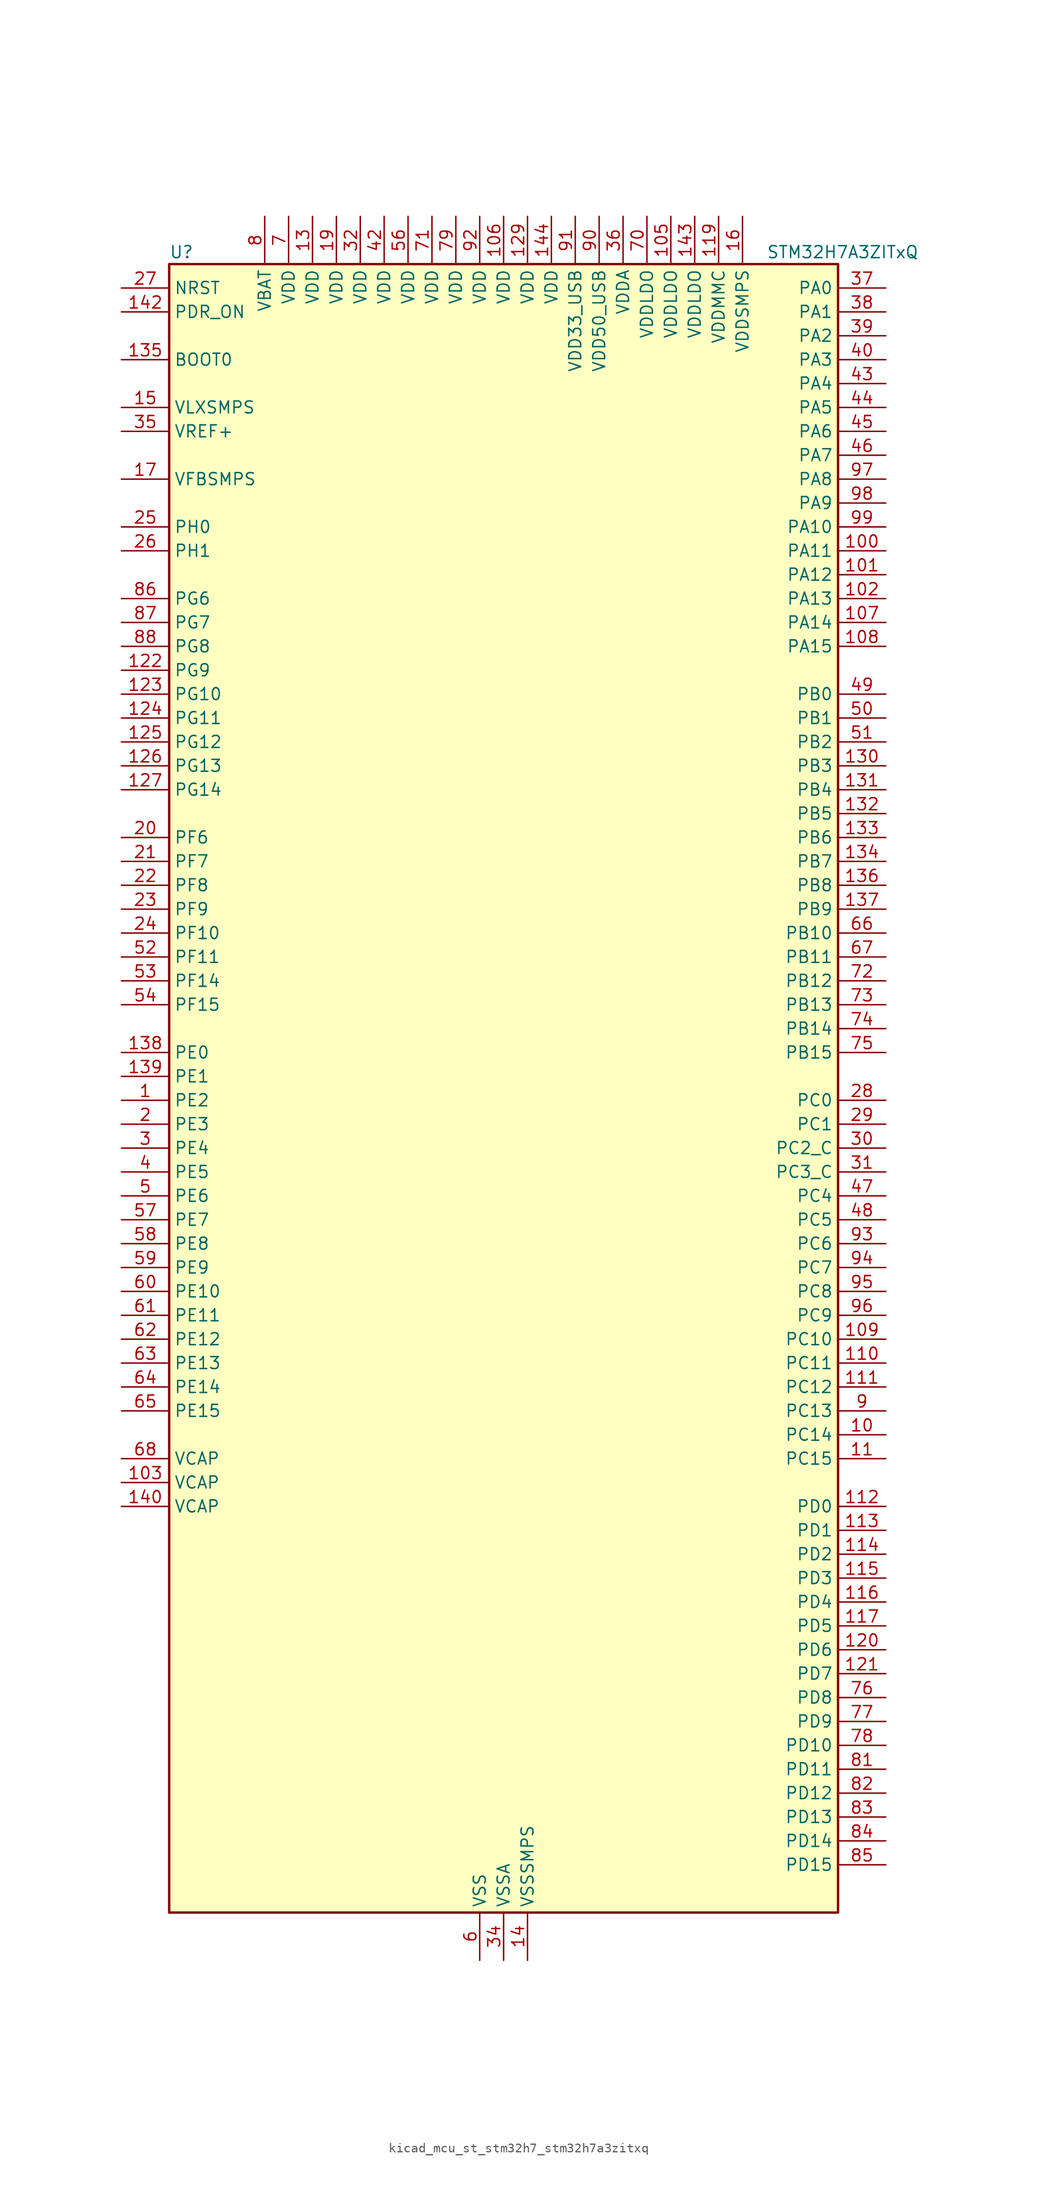
<source format=kicad_sym>
(kicad_symbol_lib
  (version 20220914)
  (generator kicad_symbol_editor)
  (symbol "kicad_mcu_st_stm32h7_stm32h7a3zitxq"
    (property "Reference" "U"
      (at -35.56 90.17 0)
      (effects (font (size 1.27 1.27)) (justify left)))
    (property "Value" "STM32H7A3ZITxQ"
      (at 27.94 90.17 0)
      (effects (font (size 1.27 1.27)) (justify left)))
    (property "ki_locked" ""
      (at 0 0 0)
      (effects (font (size 1.27 1.27))))
    (symbol "kicad_mcu_st_stm32h7_stm32h7a3zitxq_0_1"
      (rectangle (start -35.56 -86.36) (end 35.56 88.9) (stroke (width 0.254) (type default)) (fill (type background))))
    (symbol "kicad_mcu_st_stm32h7_stm32h7a3zitxq_1_1"
      (pin bidirectional line (at -40.64 0 0) (length 5.08) (name "PE2" (effects (font (size 1.27 1.27)))) (number "1" (effects (font (size 1.27 1.27)))) (alternate "DEBUG_TRACECLK" bidirectional line) (alternate "FMC_A23" bidirectional line) (alternate "OCTOSPIM_P1_IO2" bidirectional line) (alternate "SAI1_CK1" bidirectional line) (alternate "SAI1_MCLK_A" bidirectional line) (alternate "SPI4_SCK" bidirectional line) (alternate "USART10_RX" bidirectional line))
      (pin bidirectional line (at 40.64 -35.56 180) (length 5.08) (name "PC14" (effects (font (size 1.27 1.27)))) (number "10" (effects (font (size 1.27 1.27)))) (alternate "RCC_OSC32_IN" bidirectional line))
      (pin bidirectional line (at 40.64 58.42 180) (length 5.08) (name "PA11" (effects (font (size 1.27 1.27)))) (number "100" (effects (font (size 1.27 1.27)))) (alternate "ADC1_EXTI11" bidirectional line) (alternate "ADC2_EXTI11" bidirectional line) (alternate "FDCAN1_RX" bidirectional line) (alternate "I2S2_WS" bidirectional line) (alternate "LPUART1_CTS" bidirectional line) (alternate "LTDC_R4" bidirectional line) (alternate "SPI2_NSS" bidirectional line) (alternate "TIM1_CH4" bidirectional line) (alternate "UART4_RX" bidirectional line) (alternate "USART1_CTS" bidirectional line) (alternate "USART1_NSS" bidirectional line) (alternate "USB_OTG_HS_DM" bidirectional line))
      (pin bidirectional line (at 40.64 55.88 180) (length 5.08) (name "PA12" (effects (font (size 1.27 1.27)))) (number "101" (effects (font (size 1.27 1.27)))) (alternate "FDCAN1_TX" bidirectional line) (alternate "I2S2_CK" bidirectional line) (alternate "LPUART1_DE" bidirectional line) (alternate "LPUART1_RTS" bidirectional line) (alternate "LTDC_R5" bidirectional line) (alternate "SAI2_FS_B" bidirectional line) (alternate "SPI2_SCK" bidirectional line) (alternate "TIM1_ETR" bidirectional line) (alternate "UART4_TX" bidirectional line) (alternate "USART1_DE" bidirectional line) (alternate "USART1_RTS" bidirectional line) (alternate "USB_OTG_HS_DP" bidirectional line))
      (pin bidirectional line (at 40.64 53.34 180) (length 5.08) (name "PA13" (effects (font (size 1.27 1.27)))) (number "102" (effects (font (size 1.27 1.27)))) (alternate "DEBUG_JTMS-SWDIO" bidirectional line))
      (pin power_out line (at -40.64 -40.64 0) (length 5.08) (name "VCAP" (effects (font (size 1.27 1.27)))) (number "103" (effects (font (size 1.27 1.27)))))
      (pin passive line (at -2.54 -91.44 90) (length 5.08) hide (name "VSS" (effects (font (size 1.27 1.27)))) (number "104" (effects (font (size 1.27 1.27)))))
      (pin power_in line (at 17.78 93.98 270) (length 5.08) (name "VDDLDO" (effects (font (size 1.27 1.27)))) (number "105" (effects (font (size 1.27 1.27)))))
      (pin power_in line (at 0 93.98 270) (length 5.08) (name "VDD" (effects (font (size 1.27 1.27)))) (number "106" (effects (font (size 1.27 1.27)))))
      (pin bidirectional line (at 40.64 50.8 180) (length 5.08) (name "PA14" (effects (font (size 1.27 1.27)))) (number "107" (effects (font (size 1.27 1.27)))) (alternate "DEBUG_JTCK-SWCLK" bidirectional line))
      (pin bidirectional line (at 40.64 48.26 180) (length 5.08) (name "PA15" (effects (font (size 1.27 1.27)))) (number "108" (effects (font (size 1.27 1.27)))) (alternate "ADC1_EXTI15" bidirectional line) (alternate "ADC2_EXTI15" bidirectional line) (alternate "CEC" bidirectional line) (alternate "DEBUG_JTDI" bidirectional line) (alternate "I2S1_WS" bidirectional line) (alternate "I2S3_WS" bidirectional line) (alternate "I2S6_WS" bidirectional line) (alternate "LTDC_B6" bidirectional line) (alternate "LTDC_R3" bidirectional line) (alternate "SPI1_NSS" bidirectional line) (alternate "SPI3_NSS" bidirectional line) (alternate "SPI6_NSS" bidirectional line) (alternate "TIM2_CH1" bidirectional line) (alternate "TIM2_ETR" bidirectional line) (alternate "UART4_DE" bidirectional line) (alternate "UART4_RTS" bidirectional line) (alternate "UART7_TX" bidirectional line))
      (pin bidirectional line (at 40.64 -25.4 180) (length 5.08) (name "PC10" (effects (font (size 1.27 1.27)))) (number "109" (effects (font (size 1.27 1.27)))) (alternate "DCMI_D8" bidirectional line) (alternate "DFSDM1_CKIN5" bidirectional line) (alternate "DFSDM2_CKIN0" bidirectional line) (alternate "I2S3_CK" bidirectional line) (alternate "LTDC_B1" bidirectional line) (alternate "LTDC_R2" bidirectional line) (alternate "OCTOSPIM_P1_IO1" bidirectional line) (alternate "PSSI_D8" bidirectional line) (alternate "SDMMC1_D2" bidirectional line) (alternate "SPI3_SCK" bidirectional line) (alternate "SWPMI1_RX" bidirectional line) (alternate "UART4_TX" bidirectional line) (alternate "USART3_TX" bidirectional line))
      (pin bidirectional line (at 40.64 -38.1 180) (length 5.08) (name "PC15" (effects (font (size 1.27 1.27)))) (number "11" (effects (font (size 1.27 1.27)))) (alternate "ADC1_EXTI15" bidirectional line) (alternate "ADC2_EXTI15" bidirectional line) (alternate "RCC_OSC32_OUT" bidirectional line))
      (pin bidirectional line (at 40.64 -27.94 180) (length 5.08) (name "PC11" (effects (font (size 1.27 1.27)))) (number "110" (effects (font (size 1.27 1.27)))) (alternate "ADC1_EXTI11" bidirectional line) (alternate "ADC2_EXTI11" bidirectional line) (alternate "DCMI_D4" bidirectional line) (alternate "DFSDM1_DATIN5" bidirectional line) (alternate "DFSDM2_DATIN0" bidirectional line) (alternate "I2S3_SDI" bidirectional line) (alternate "LTDC_B4" bidirectional line) (alternate "OCTOSPIM_P1_NCS" bidirectional line) (alternate "PSSI_D4" bidirectional line) (alternate "SDMMC1_D3" bidirectional line) (alternate "SPI3_MISO" bidirectional line) (alternate "UART4_RX" bidirectional line) (alternate "USART3_RX" bidirectional line))
      (pin bidirectional line (at 40.64 -30.48 180) (length 5.08) (name "PC12" (effects (font (size 1.27 1.27)))) (number "111" (effects (font (size 1.27 1.27)))) (alternate "DCMI_D9" bidirectional line) (alternate "DEBUG_TRACED3" bidirectional line) (alternate "DFSDM2_CKOUT" bidirectional line) (alternate "I2S3_SDO" bidirectional line) (alternate "I2S6_CK" bidirectional line) (alternate "LTDC_R6" bidirectional line) (alternate "PSSI_D9" bidirectional line) (alternate "SDMMC1_CK" bidirectional line) (alternate "SPI3_MOSI" bidirectional line) (alternate "SPI6_SCK" bidirectional line) (alternate "TIM15_CH1" bidirectional line) (alternate "UART5_TX" bidirectional line) (alternate "USART3_CK" bidirectional line))
      (pin bidirectional line (at 40.64 -43.18 180) (length 5.08) (name "PD0" (effects (font (size 1.27 1.27)))) (number "112" (effects (font (size 1.27 1.27)))) (alternate "DFSDM1_CKIN6" bidirectional line) (alternate "FDCAN1_RX" bidirectional line) (alternate "FMC_D2" bidirectional line) (alternate "FMC_DA2" bidirectional line) (alternate "LTDC_B1" bidirectional line) (alternate "UART4_RX" bidirectional line) (alternate "UART9_CTS" bidirectional line))
      (pin bidirectional line (at 40.64 -45.72 180) (length 5.08) (name "PD1" (effects (font (size 1.27 1.27)))) (number "113" (effects (font (size 1.27 1.27)))) (alternate "DFSDM1_DATIN6" bidirectional line) (alternate "FDCAN1_TX" bidirectional line) (alternate "FMC_D3" bidirectional line) (alternate "FMC_DA3" bidirectional line) (alternate "UART4_TX" bidirectional line))
      (pin bidirectional line (at 40.64 -48.26 180) (length 5.08) (name "PD2" (effects (font (size 1.27 1.27)))) (number "114" (effects (font (size 1.27 1.27)))) (alternate "DCMI_D11" bidirectional line) (alternate "DEBUG_TRACED2" bidirectional line) (alternate "LTDC_B2" bidirectional line) (alternate "LTDC_B7" bidirectional line) (alternate "PSSI_D11" bidirectional line) (alternate "SDMMC1_CMD" bidirectional line) (alternate "TIM15_BKIN" bidirectional line) (alternate "TIM3_ETR" bidirectional line) (alternate "UART5_RX" bidirectional line))
      (pin bidirectional line (at 40.64 -50.8 180) (length 5.08) (name "PD3" (effects (font (size 1.27 1.27)))) (number "115" (effects (font (size 1.27 1.27)))) (alternate "DCMI_D5" bidirectional line) (alternate "DFSDM1_CKOUT" bidirectional line) (alternate "FMC_CLK" bidirectional line) (alternate "I2S2_CK" bidirectional line) (alternate "LTDC_G7" bidirectional line) (alternate "PSSI_D5" bidirectional line) (alternate "SPI2_SCK" bidirectional line) (alternate "USART2_CTS" bidirectional line) (alternate "USART2_NSS" bidirectional line))
      (pin bidirectional line (at 40.64 -53.34 180) (length 5.08) (name "PD4" (effects (font (size 1.27 1.27)))) (number "116" (effects (font (size 1.27 1.27)))) (alternate "FMC_NOE" bidirectional line) (alternate "OCTOSPIM_P1_IO4" bidirectional line) (alternate "USART2_DE" bidirectional line) (alternate "USART2_RTS" bidirectional line))
      (pin bidirectional line (at 40.64 -55.88 180) (length 5.08) (name "PD5" (effects (font (size 1.27 1.27)))) (number "117" (effects (font (size 1.27 1.27)))) (alternate "FMC_NWE" bidirectional line) (alternate "OCTOSPIM_P1_IO5" bidirectional line) (alternate "USART2_TX" bidirectional line))
      (pin passive line (at -2.54 -91.44 90) (length 5.08) hide (name "VSS" (effects (font (size 1.27 1.27)))) (number "118" (effects (font (size 1.27 1.27)))))
      (pin power_in line (at 22.86 93.98 270) (length 5.08) (name "VDDMMC" (effects (font (size 1.27 1.27)))) (number "119" (effects (font (size 1.27 1.27)))))
      (pin passive line (at -2.54 -91.44 90) (length 5.08) hide (name "VSS" (effects (font (size 1.27 1.27)))) (number "12" (effects (font (size 1.27 1.27)))))
      (pin bidirectional line (at 40.64 -58.42 180) (length 5.08) (name "PD6" (effects (font (size 1.27 1.27)))) (number "120" (effects (font (size 1.27 1.27)))) (alternate "DCMI_D10" bidirectional line) (alternate "DFSDM1_CKIN4" bidirectional line) (alternate "DFSDM1_DATIN1" bidirectional line) (alternate "FMC_NWAIT" bidirectional line) (alternate "I2S3_SDO" bidirectional line) (alternate "LTDC_B2" bidirectional line) (alternate "OCTOSPIM_P1_IO6" bidirectional line) (alternate "PSSI_D10" bidirectional line) (alternate "SAI1_D1" bidirectional line) (alternate "SAI1_SD_A" bidirectional line) (alternate "SDMMC2_CK" bidirectional line) (alternate "SPI3_MOSI" bidirectional line) (alternate "USART2_RX" bidirectional line))
      (pin bidirectional line (at 40.64 -60.96 180) (length 5.08) (name "PD7" (effects (font (size 1.27 1.27)))) (number "121" (effects (font (size 1.27 1.27)))) (alternate "DFSDM1_CKIN1" bidirectional line) (alternate "DFSDM1_DATIN4" bidirectional line) (alternate "FMC_NE1" bidirectional line) (alternate "I2S1_SDO" bidirectional line) (alternate "OCTOSPIM_P1_IO7" bidirectional line) (alternate "SDMMC2_CMD" bidirectional line) (alternate "SPDIFRX_IN0" bidirectional line) (alternate "SPI1_MOSI" bidirectional line) (alternate "USART2_CK" bidirectional line))
      (pin bidirectional line (at -40.64 45.72 0) (length 5.08) (name "PG9" (effects (font (size 1.27 1.27)))) (number "122" (effects (font (size 1.27 1.27)))) (alternate "DAC1_EXTI9" bidirectional line) (alternate "DCMI_VSYNC" bidirectional line) (alternate "FMC_NCE" bidirectional line) (alternate "FMC_NE2" bidirectional line) (alternate "I2S1_SDI" bidirectional line) (alternate "OCTOSPIM_P1_IO6" bidirectional line) (alternate "PSSI_RDY" bidirectional line) (alternate "SAI2_FS_B" bidirectional line) (alternate "SDMMC2_D0" bidirectional line) (alternate "SPDIFRX_IN3" bidirectional line) (alternate "SPI1_MISO" bidirectional line) (alternate "USART6_RX" bidirectional line))
      (pin bidirectional line (at -40.64 43.18 0) (length 5.08) (name "PG10" (effects (font (size 1.27 1.27)))) (number "123" (effects (font (size 1.27 1.27)))) (alternate "DCMI_D2" bidirectional line) (alternate "FMC_NE3" bidirectional line) (alternate "I2S1_WS" bidirectional line) (alternate "LTDC_B2" bidirectional line) (alternate "LTDC_G3" bidirectional line) (alternate "OCTOSPIM_P2_IO6" bidirectional line) (alternate "PSSI_D2" bidirectional line) (alternate "SAI2_SD_B" bidirectional line) (alternate "SDMMC2_D1" bidirectional line) (alternate "SPI1_NSS" bidirectional line))
      (pin bidirectional line (at -40.64 40.64 0) (length 5.08) (name "PG11" (effects (font (size 1.27 1.27)))) (number "124" (effects (font (size 1.27 1.27)))) (alternate "ADC1_EXTI11" bidirectional line) (alternate "ADC2_EXTI11" bidirectional line) (alternate "DCMI_D3" bidirectional line) (alternate "I2S1_CK" bidirectional line) (alternate "LPTIM1_IN2" bidirectional line) (alternate "LTDC_B3" bidirectional line) (alternate "OCTOSPIM_P2_IO7" bidirectional line) (alternate "PSSI_D3" bidirectional line) (alternate "SDMMC2_D2" bidirectional line) (alternate "SPDIFRX_IN0" bidirectional line) (alternate "SPI1_SCK" bidirectional line) (alternate "USART10_RX" bidirectional line))
      (pin bidirectional line (at -40.64 38.1 0) (length 5.08) (name "PG12" (effects (font (size 1.27 1.27)))) (number "125" (effects (font (size 1.27 1.27)))) (alternate "FMC_NE4" bidirectional line) (alternate "I2S6_SDI" bidirectional line) (alternate "LPTIM1_IN1" bidirectional line) (alternate "LTDC_B1" bidirectional line) (alternate "LTDC_B4" bidirectional line) (alternate "OCTOSPIM_P2_NCS" bidirectional line) (alternate "SDMMC2_D3" bidirectional line) (alternate "SPDIFRX_IN1" bidirectional line) (alternate "SPI6_MISO" bidirectional line) (alternate "USART10_TX" bidirectional line) (alternate "USART6_DE" bidirectional line) (alternate "USART6_RTS" bidirectional line))
      (pin bidirectional line (at -40.64 35.56 0) (length 5.08) (name "PG13" (effects (font (size 1.27 1.27)))) (number "126" (effects (font (size 1.27 1.27)))) (alternate "DEBUG_TRACED0" bidirectional line) (alternate "FMC_A24" bidirectional line) (alternate "I2S6_CK" bidirectional line) (alternate "LPTIM1_OUT" bidirectional line) (alternate "LTDC_R0" bidirectional line) (alternate "SDMMC2_D6" bidirectional line) (alternate "SPI6_SCK" bidirectional line) (alternate "USART10_CTS" bidirectional line) (alternate "USART10_NSS" bidirectional line) (alternate "USART6_CTS" bidirectional line) (alternate "USART6_NSS" bidirectional line))
      (pin bidirectional line (at -40.64 33.02 0) (length 5.08) (name "PG14" (effects (font (size 1.27 1.27)))) (number "127" (effects (font (size 1.27 1.27)))) (alternate "DEBUG_TRACED1" bidirectional line) (alternate "FMC_A25" bidirectional line) (alternate "I2S6_SDO" bidirectional line) (alternate "LPTIM1_ETR" bidirectional line) (alternate "LTDC_B0" bidirectional line) (alternate "OCTOSPIM_P1_IO7" bidirectional line) (alternate "SDMMC2_D7" bidirectional line) (alternate "SPI6_MOSI" bidirectional line) (alternate "USART10_DE" bidirectional line) (alternate "USART10_RTS" bidirectional line) (alternate "USART6_TX" bidirectional line))
      (pin passive line (at -2.54 -91.44 90) (length 5.08) hide (name "VSS" (effects (font (size 1.27 1.27)))) (number "128" (effects (font (size 1.27 1.27)))))
      (pin power_in line (at 2.54 93.98 270) (length 5.08) (name "VDD" (effects (font (size 1.27 1.27)))) (number "129" (effects (font (size 1.27 1.27)))))
      (pin power_in line (at -20.32 93.98 270) (length 5.08) (name "VDD" (effects (font (size 1.27 1.27)))) (number "13" (effects (font (size 1.27 1.27)))))
      (pin bidirectional line (at 40.64 35.56 180) (length 5.08) (name "PB3" (effects (font (size 1.27 1.27)))) (number "130" (effects (font (size 1.27 1.27)))) (alternate "CRS_SYNC" bidirectional line) (alternate "DEBUG_JTDO-SWO" bidirectional line) (alternate "I2S1_CK" bidirectional line) (alternate "I2S3_CK" bidirectional line) (alternate "I2S6_CK" bidirectional line) (alternate "SDMMC2_D2" bidirectional line) (alternate "SPI1_SCK" bidirectional line) (alternate "SPI3_SCK" bidirectional line) (alternate "SPI6_SCK" bidirectional line) (alternate "TIM2_CH2" bidirectional line) (alternate "UART7_RX" bidirectional line))
      (pin bidirectional line (at 40.64 33.02 180) (length 5.08) (name "PB4" (effects (font (size 1.27 1.27)))) (number "131" (effects (font (size 1.27 1.27)))) (alternate "DEBUG_JTRST" bidirectional line) (alternate "I2S1_SDI" bidirectional line) (alternate "I2S2_WS" bidirectional line) (alternate "I2S3_SDI" bidirectional line) (alternate "I2S6_SDI" bidirectional line) (alternate "SDMMC2_D3" bidirectional line) (alternate "SPI1_MISO" bidirectional line) (alternate "SPI2_NSS" bidirectional line) (alternate "SPI3_MISO" bidirectional line) (alternate "SPI6_MISO" bidirectional line) (alternate "TIM16_BKIN" bidirectional line) (alternate "TIM3_CH1" bidirectional line) (alternate "UART7_TX" bidirectional line))
      (pin bidirectional line (at 40.64 30.48 180) (length 5.08) (name "PB5" (effects (font (size 1.27 1.27)))) (number "132" (effects (font (size 1.27 1.27)))) (alternate "DCMI_D10" bidirectional line) (alternate "FDCAN2_RX" bidirectional line) (alternate "FMC_SDCKE1" bidirectional line) (alternate "I2C1_SMBA" bidirectional line) (alternate "I2C4_SMBA" bidirectional line) (alternate "I2S1_SDO" bidirectional line) (alternate "I2S3_SDO" bidirectional line) (alternate "I2S6_SDO" bidirectional line) (alternate "LTDC_B5" bidirectional line) (alternate "PSSI_D10" bidirectional line) (alternate "SPI1_MOSI" bidirectional line) (alternate "SPI3_MOSI" bidirectional line) (alternate "SPI6_MOSI" bidirectional line) (alternate "TIM17_BKIN" bidirectional line) (alternate "TIM3_CH2" bidirectional line) (alternate "UART5_RX" bidirectional line) (alternate "USB_OTG_HS_ULPI_D7" bidirectional line))
      (pin bidirectional line (at 40.64 27.94 180) (length 5.08) (name "PB6" (effects (font (size 1.27 1.27)))) (number "133" (effects (font (size 1.27 1.27)))) (alternate "CEC" bidirectional line) (alternate "DCMI_D5" bidirectional line) (alternate "DFSDM1_DATIN5" bidirectional line) (alternate "FDCAN2_TX" bidirectional line) (alternate "FMC_SDNE1" bidirectional line) (alternate "I2C1_SCL" bidirectional line) (alternate "I2C4_SCL" bidirectional line) (alternate "LPUART1_TX" bidirectional line) (alternate "OCTOSPIM_P1_NCS" bidirectional line) (alternate "PSSI_D5" bidirectional line) (alternate "TIM16_CH1N" bidirectional line) (alternate "TIM4_CH1" bidirectional line) (alternate "UART5_TX" bidirectional line) (alternate "USART1_TX" bidirectional line))
      (pin bidirectional line (at 40.64 25.4 180) (length 5.08) (name "PB7" (effects (font (size 1.27 1.27)))) (number "134" (effects (font (size 1.27 1.27)))) (alternate "DCMI_VSYNC" bidirectional line) (alternate "DFSDM1_CKIN5" bidirectional line) (alternate "FMC_NL" bidirectional line) (alternate "I2C1_SDA" bidirectional line) (alternate "I2C4_SDA" bidirectional line) (alternate "LPUART1_RX" bidirectional line) (alternate "PSSI_RDY" bidirectional line) (alternate "PWR_PVD_IN" bidirectional line) (alternate "TIM17_CH1N" bidirectional line) (alternate "TIM4_CH2" bidirectional line) (alternate "USART1_RX" bidirectional line))
      (pin input line (at -40.64 78.74 0) (length 5.08) (name "BOOT0" (effects (font (size 1.27 1.27)))) (number "135" (effects (font (size 1.27 1.27)))))
      (pin bidirectional line (at 40.64 22.86 180) (length 5.08) (name "PB8" (effects (font (size 1.27 1.27)))) (number "136" (effects (font (size 1.27 1.27)))) (alternate "DCMI_D6" bidirectional line) (alternate "DFSDM1_CKIN7" bidirectional line) (alternate "FDCAN1_RX" bidirectional line) (alternate "I2C1_SCL" bidirectional line) (alternate "I2C4_SCL" bidirectional line) (alternate "LTDC_B6" bidirectional line) (alternate "PSSI_D6" bidirectional line) (alternate "SDMMC1_CKIN" bidirectional line) (alternate "SDMMC1_D4" bidirectional line) (alternate "SDMMC2_D4" bidirectional line) (alternate "TIM16_CH1" bidirectional line) (alternate "TIM4_CH3" bidirectional line) (alternate "UART4_RX" bidirectional line))
      (pin bidirectional line (at 40.64 20.32 180) (length 5.08) (name "PB9" (effects (font (size 1.27 1.27)))) (number "137" (effects (font (size 1.27 1.27)))) (alternate "DAC1_EXTI9" bidirectional line) (alternate "DCMI_D7" bidirectional line) (alternate "DFSDM1_DATIN7" bidirectional line) (alternate "FDCAN1_TX" bidirectional line) (alternate "I2C1_SDA" bidirectional line) (alternate "I2C4_SDA" bidirectional line) (alternate "I2C4_SMBA" bidirectional line) (alternate "I2S2_WS" bidirectional line) (alternate "LTDC_B7" bidirectional line) (alternate "PSSI_D7" bidirectional line) (alternate "SDMMC1_CDIR" bidirectional line) (alternate "SDMMC1_D5" bidirectional line) (alternate "SDMMC2_D5" bidirectional line) (alternate "SPI2_NSS" bidirectional line) (alternate "TIM17_CH1" bidirectional line) (alternate "TIM4_CH4" bidirectional line) (alternate "UART4_TX" bidirectional line))
      (pin bidirectional line (at -40.64 5.08 0) (length 5.08) (name "PE0" (effects (font (size 1.27 1.27)))) (number "138" (effects (font (size 1.27 1.27)))) (alternate "DCMI_D2" bidirectional line) (alternate "FMC_NBL0" bidirectional line) (alternate "LPTIM1_ETR" bidirectional line) (alternate "LPTIM2_ETR" bidirectional line) (alternate "LTDC_R0" bidirectional line) (alternate "PSSI_D2" bidirectional line) (alternate "SAI2_MCLK_A" bidirectional line) (alternate "TIM4_ETR" bidirectional line) (alternate "UART8_RX" bidirectional line))
      (pin bidirectional line (at -40.64 2.54 0) (length 5.08) (name "PE1" (effects (font (size 1.27 1.27)))) (number "139" (effects (font (size 1.27 1.27)))) (alternate "DCMI_D3" bidirectional line) (alternate "FMC_NBL1" bidirectional line) (alternate "LPTIM1_IN2" bidirectional line) (alternate "LTDC_R6" bidirectional line) (alternate "PSSI_D3" bidirectional line) (alternate "UART8_TX" bidirectional line))
      (pin power_in line (at 2.54 -91.44 90) (length 5.08) (name "VSSSMPS" (effects (font (size 1.27 1.27)))) (number "14" (effects (font (size 1.27 1.27)))))
      (pin power_out line (at -40.64 -43.18 0) (length 5.08) (name "VCAP" (effects (font (size 1.27 1.27)))) (number "140" (effects (font (size 1.27 1.27)))))
      (pin passive line (at -2.54 -91.44 90) (length 5.08) hide (name "VSS" (effects (font (size 1.27 1.27)))) (number "141" (effects (font (size 1.27 1.27)))))
      (pin input line (at -40.64 83.82 0) (length 5.08) (name "PDR_ON" (effects (font (size 1.27 1.27)))) (number "142" (effects (font (size 1.27 1.27)))))
      (pin power_in line (at 20.32 93.98 270) (length 5.08) (name "VDDLDO" (effects (font (size 1.27 1.27)))) (number "143" (effects (font (size 1.27 1.27)))))
      (pin power_in line (at 5.08 93.98 270) (length 5.08) (name "VDD" (effects (font (size 1.27 1.27)))) (number "144" (effects (font (size 1.27 1.27)))))
      (pin power_in line (at -40.64 73.66 0) (length 5.08) (name "VLXSMPS" (effects (font (size 1.27 1.27)))) (number "15" (effects (font (size 1.27 1.27)))))
      (pin power_in line (at 25.4 93.98 270) (length 5.08) (name "VDDSMPS" (effects (font (size 1.27 1.27)))) (number "16" (effects (font (size 1.27 1.27)))))
      (pin input line (at -40.64 66.04 0) (length 5.08) (name "VFBSMPS" (effects (font (size 1.27 1.27)))) (number "17" (effects (font (size 1.27 1.27)))))
      (pin passive line (at -2.54 -91.44 90) (length 5.08) hide (name "VSS" (effects (font (size 1.27 1.27)))) (number "18" (effects (font (size 1.27 1.27)))))
      (pin power_in line (at -17.78 93.98 270) (length 5.08) (name "VDD" (effects (font (size 1.27 1.27)))) (number "19" (effects (font (size 1.27 1.27)))))
      (pin bidirectional line (at -40.64 -2.54 0) (length 5.08) (name "PE3" (effects (font (size 1.27 1.27)))) (number "2" (effects (font (size 1.27 1.27)))) (alternate "DEBUG_TRACED0" bidirectional line) (alternate "FMC_A19" bidirectional line) (alternate "SAI1_SD_B" bidirectional line) (alternate "TIM15_BKIN" bidirectional line) (alternate "USART10_TX" bidirectional line))
      (pin bidirectional line (at -40.64 27.94 0) (length 5.08) (name "PF6" (effects (font (size 1.27 1.27)))) (number "20" (effects (font (size 1.27 1.27)))) (alternate "OCTOSPIM_P1_IO3" bidirectional line) (alternate "SAI1_SD_B" bidirectional line) (alternate "SPI5_NSS" bidirectional line) (alternate "TIM16_CH1" bidirectional line) (alternate "UART7_RX" bidirectional line))
      (pin bidirectional line (at -40.64 25.4 0) (length 5.08) (name "PF7" (effects (font (size 1.27 1.27)))) (number "21" (effects (font (size 1.27 1.27)))) (alternate "OCTOSPIM_P1_IO2" bidirectional line) (alternate "SAI1_MCLK_B" bidirectional line) (alternate "SPI5_SCK" bidirectional line) (alternate "TIM17_CH1" bidirectional line) (alternate "UART7_TX" bidirectional line))
      (pin bidirectional line (at -40.64 22.86 0) (length 5.08) (name "PF8" (effects (font (size 1.27 1.27)))) (number "22" (effects (font (size 1.27 1.27)))) (alternate "OCTOSPIM_P1_IO0" bidirectional line) (alternate "SAI1_SCK_B" bidirectional line) (alternate "SPI5_MISO" bidirectional line) (alternate "TIM13_CH1" bidirectional line) (alternate "TIM16_CH1N" bidirectional line) (alternate "UART7_DE" bidirectional line) (alternate "UART7_RTS" bidirectional line))
      (pin bidirectional line (at -40.64 20.32 0) (length 5.08) (name "PF9" (effects (font (size 1.27 1.27)))) (number "23" (effects (font (size 1.27 1.27)))) (alternate "DAC1_EXTI9" bidirectional line) (alternate "OCTOSPIM_P1_IO1" bidirectional line) (alternate "SAI1_FS_B" bidirectional line) (alternate "SPI5_MOSI" bidirectional line) (alternate "TIM14_CH1" bidirectional line) (alternate "TIM17_CH1N" bidirectional line) (alternate "UART7_CTS" bidirectional line))
      (pin bidirectional line (at -40.64 17.78 0) (length 5.08) (name "PF10" (effects (font (size 1.27 1.27)))) (number "24" (effects (font (size 1.27 1.27)))) (alternate "DCMI_D11" bidirectional line) (alternate "LTDC_DE" bidirectional line) (alternate "OCTOSPIM_P1_CLK" bidirectional line) (alternate "PSSI_D11" bidirectional line) (alternate "PSSI_D15" bidirectional line) (alternate "SAI1_D3" bidirectional line) (alternate "TIM16_BKIN" bidirectional line))
      (pin bidirectional line (at -40.64 60.96 0) (length 5.08) (name "PH0" (effects (font (size 1.27 1.27)))) (number "25" (effects (font (size 1.27 1.27)))) (alternate "RCC_OSC_IN" bidirectional line))
      (pin bidirectional line (at -40.64 58.42 0) (length 5.08) (name "PH1" (effects (font (size 1.27 1.27)))) (number "26" (effects (font (size 1.27 1.27)))) (alternate "RCC_OSC_OUT" bidirectional line))
      (pin input line (at -40.64 86.36 0) (length 5.08) (name "NRST" (effects (font (size 1.27 1.27)))) (number "27" (effects (font (size 1.27 1.27)))))
      (pin bidirectional line (at 40.64 0 180) (length 5.08) (name "PC0" (effects (font (size 1.27 1.27)))) (number "28" (effects (font (size 1.27 1.27)))) (alternate "ADC1_INP10" bidirectional line) (alternate "ADC2_INP10" bidirectional line) (alternate "DFSDM1_CKIN0" bidirectional line) (alternate "DFSDM1_DATIN4" bidirectional line) (alternate "FMC_A25" bidirectional line) (alternate "FMC_SDNWE" bidirectional line) (alternate "LTDC_G2" bidirectional line) (alternate "LTDC_R5" bidirectional line) (alternate "SAI2_FS_B" bidirectional line) (alternate "USB_OTG_HS_ULPI_STP" bidirectional line))
      (pin bidirectional line (at 40.64 -2.54 180) (length 5.08) (name "PC1" (effects (font (size 1.27 1.27)))) (number "29" (effects (font (size 1.27 1.27)))) (alternate "ADC1_INN10" bidirectional line) (alternate "ADC1_INP11" bidirectional line) (alternate "ADC2_INN10" bidirectional line) (alternate "ADC2_INP11" bidirectional line) (alternate "DEBUG_TRACED0" bidirectional line) (alternate "DFSDM1_CKIN4" bidirectional line) (alternate "DFSDM1_DATIN0" bidirectional line) (alternate "I2S2_SDO" bidirectional line) (alternate "LTDC_G5" bidirectional line) (alternate "MDIOS_MDC" bidirectional line) (alternate "OCTOSPIM_P1_IO4" bidirectional line) (alternate "PWR_WKUP6" bidirectional line) (alternate "RTC_TAMP3" bidirectional line) (alternate "SAI1_D1" bidirectional line) (alternate "SAI1_SD_A" bidirectional line) (alternate "SDMMC2_CK" bidirectional line) (alternate "SPI2_MOSI" bidirectional line))
      (pin bidirectional line (at -40.64 -5.08 0) (length 5.08) (name "PE4" (effects (font (size 1.27 1.27)))) (number "3" (effects (font (size 1.27 1.27)))) (alternate "DCMI_D4" bidirectional line) (alternate "DEBUG_TRACED1" bidirectional line) (alternate "DFSDM1_DATIN3" bidirectional line) (alternate "FMC_A20" bidirectional line) (alternate "LTDC_B0" bidirectional line) (alternate "PSSI_D4" bidirectional line) (alternate "SAI1_D2" bidirectional line) (alternate "SAI1_FS_A" bidirectional line) (alternate "SPI4_NSS" bidirectional line) (alternate "TIM15_CH1N" bidirectional line))
      (pin bidirectional line (at 40.64 -5.08 180) (length 5.08) (name "PC2_C" (effects (font (size 1.27 1.27)))) (number "30" (effects (font (size 1.27 1.27)))) (alternate "ADC2_INN1" bidirectional line) (alternate "ADC2_INP0" bidirectional line) (alternate "DFSDM1_CKIN1" bidirectional line) (alternate "DFSDM1_CKOUT" bidirectional line) (alternate "FMC_SDNE0" bidirectional line) (alternate "I2S2_SDI" bidirectional line) (alternate "OCTOSPIM_P1_IO2" bidirectional line) (alternate "OCTOSPIM_P1_IO5" bidirectional line) (alternate "PWR_CSTOP" bidirectional line) (alternate "SPI2_MISO" bidirectional line) (alternate "USB_OTG_HS_ULPI_DIR" bidirectional line))
      (pin bidirectional line (at 40.64 -7.62 180) (length 5.08) (name "PC3_C" (effects (font (size 1.27 1.27)))) (number "31" (effects (font (size 1.27 1.27)))) (alternate "ADC2_INP1" bidirectional line) (alternate "DFSDM1_DATIN1" bidirectional line) (alternate "FMC_SDCKE0" bidirectional line) (alternate "I2S2_SDO" bidirectional line) (alternate "OCTOSPIM_P1_IO0" bidirectional line) (alternate "OCTOSPIM_P1_IO6" bidirectional line) (alternate "PWR_CSLEEP" bidirectional line) (alternate "SPI2_MOSI" bidirectional line) (alternate "USB_OTG_HS_ULPI_NXT" bidirectional line))
      (pin power_in line (at -15.24 93.98 270) (length 5.08) (name "VDD" (effects (font (size 1.27 1.27)))) (number "32" (effects (font (size 1.27 1.27)))))
      (pin passive line (at -2.54 -91.44 90) (length 5.08) hide (name "VSS" (effects (font (size 1.27 1.27)))) (number "33" (effects (font (size 1.27 1.27)))))
      (pin power_in line (at 0 -91.44 90) (length 5.08) (name "VSSA" (effects (font (size 1.27 1.27)))) (number "34" (effects (font (size 1.27 1.27)))))
      (pin input line (at -40.64 71.12 0) (length 5.08) (name "VREF+" (effects (font (size 1.27 1.27)))) (number "35" (effects (font (size 1.27 1.27)))) (alternate "VREFBUF_OUT" bidirectional line))
      (pin power_in line (at 12.7 93.98 270) (length 5.08) (name "VDDA" (effects (font (size 1.27 1.27)))) (number "36" (effects (font (size 1.27 1.27)))))
      (pin bidirectional line (at 40.64 86.36 180) (length 5.08) (name "PA0" (effects (font (size 1.27 1.27)))) (number "37" (effects (font (size 1.27 1.27)))) (alternate "ADC1_INP16" bidirectional line) (alternate "I2S6_WS" bidirectional line) (alternate "PWR_WKUP1" bidirectional line) (alternate "SAI2_SD_B" bidirectional line) (alternate "SDMMC2_CMD" bidirectional line) (alternate "SPI6_NSS" bidirectional line) (alternate "TIM15_BKIN" bidirectional line) (alternate "TIM2_CH1" bidirectional line) (alternate "TIM2_ETR" bidirectional line) (alternate "TIM5_CH1" bidirectional line) (alternate "TIM8_ETR" bidirectional line) (alternate "UART4_TX" bidirectional line) (alternate "USART2_CTS" bidirectional line) (alternate "USART2_NSS" bidirectional line))
      (pin bidirectional line (at 40.64 83.82 180) (length 5.08) (name "PA1" (effects (font (size 1.27 1.27)))) (number "38" (effects (font (size 1.27 1.27)))) (alternate "ADC1_INN16" bidirectional line) (alternate "ADC1_INP17" bidirectional line) (alternate "LPTIM3_OUT" bidirectional line) (alternate "LTDC_R2" bidirectional line) (alternate "OCTOSPIM_P1_DQS" bidirectional line) (alternate "OCTOSPIM_P1_IO3" bidirectional line) (alternate "SAI2_MCLK_B" bidirectional line) (alternate "TIM15_CH1N" bidirectional line) (alternate "TIM2_CH2" bidirectional line) (alternate "TIM5_CH2" bidirectional line) (alternate "UART4_RX" bidirectional line) (alternate "USART2_DE" bidirectional line) (alternate "USART2_RTS" bidirectional line))
      (pin bidirectional line (at 40.64 81.28 180) (length 5.08) (name "PA2" (effects (font (size 1.27 1.27)))) (number "39" (effects (font (size 1.27 1.27)))) (alternate "ADC1_INP14" bidirectional line) (alternate "DFSDM2_CKIN1" bidirectional line) (alternate "LTDC_R1" bidirectional line) (alternate "MDIOS_MDIO" bidirectional line) (alternate "PWR_WKUP2" bidirectional line) (alternate "SAI2_SCK_B" bidirectional line) (alternate "TIM15_CH1" bidirectional line) (alternate "TIM2_CH3" bidirectional line) (alternate "TIM5_CH3" bidirectional line) (alternate "USART2_TX" bidirectional line))
      (pin bidirectional line (at -40.64 -7.62 0) (length 5.08) (name "PE5" (effects (font (size 1.27 1.27)))) (number "4" (effects (font (size 1.27 1.27)))) (alternate "DCMI_D6" bidirectional line) (alternate "DEBUG_TRACED2" bidirectional line) (alternate "DFSDM1_CKIN3" bidirectional line) (alternate "FMC_A21" bidirectional line) (alternate "LTDC_G0" bidirectional line) (alternate "PSSI_D6" bidirectional line) (alternate "SAI1_CK2" bidirectional line) (alternate "SAI1_SCK_A" bidirectional line) (alternate "SPI4_MISO" bidirectional line) (alternate "TIM15_CH1" bidirectional line))
      (pin bidirectional line (at 40.64 78.74 180) (length 5.08) (name "PA3" (effects (font (size 1.27 1.27)))) (number "40" (effects (font (size 1.27 1.27)))) (alternate "ADC1_INP15" bidirectional line) (alternate "I2S6_MCK" bidirectional line) (alternate "LTDC_B2" bidirectional line) (alternate "LTDC_B5" bidirectional line) (alternate "OCTOSPIM_P1_CLK" bidirectional line) (alternate "TIM15_CH2" bidirectional line) (alternate "TIM2_CH4" bidirectional line) (alternate "TIM5_CH4" bidirectional line) (alternate "USART2_RX" bidirectional line) (alternate "USB_OTG_HS_ULPI_D0" bidirectional line))
      (pin passive line (at -2.54 -91.44 90) (length 5.08) hide (name "VSS" (effects (font (size 1.27 1.27)))) (number "41" (effects (font (size 1.27 1.27)))))
      (pin power_in line (at -12.7 93.98 270) (length 5.08) (name "VDD" (effects (font (size 1.27 1.27)))) (number "42" (effects (font (size 1.27 1.27)))))
      (pin bidirectional line (at 40.64 76.2 180) (length 5.08) (name "PA4" (effects (font (size 1.27 1.27)))) (number "43" (effects (font (size 1.27 1.27)))) (alternate "ADC1_INP18" bidirectional line) (alternate "DAC1_OUT1" bidirectional line) (alternate "DCMI_HSYNC" bidirectional line) (alternate "I2S1_WS" bidirectional line) (alternate "I2S3_WS" bidirectional line) (alternate "I2S6_WS" bidirectional line) (alternate "LTDC_VSYNC" bidirectional line) (alternate "PSSI_DE" bidirectional line) (alternate "SPI1_NSS" bidirectional line) (alternate "SPI3_NSS" bidirectional line) (alternate "SPI6_NSS" bidirectional line) (alternate "TIM5_ETR" bidirectional line) (alternate "USART2_CK" bidirectional line))
      (pin bidirectional line (at 40.64 73.66 180) (length 5.08) (name "PA5" (effects (font (size 1.27 1.27)))) (number "44" (effects (font (size 1.27 1.27)))) (alternate "ADC1_INN18" bidirectional line) (alternate "ADC1_INP19" bidirectional line) (alternate "DAC1_OUT2" bidirectional line) (alternate "I2S1_CK" bidirectional line) (alternate "I2S6_CK" bidirectional line) (alternate "LTDC_R4" bidirectional line) (alternate "PSSI_D14" bidirectional line) (alternate "PWR_NDSTOP2" bidirectional line) (alternate "SPI1_SCK" bidirectional line) (alternate "SPI6_SCK" bidirectional line) (alternate "TIM2_CH1" bidirectional line) (alternate "TIM2_ETR" bidirectional line) (alternate "TIM8_CH1N" bidirectional line) (alternate "USB_OTG_HS_ULPI_CK" bidirectional line))
      (pin bidirectional line (at 40.64 71.12 180) (length 5.08) (name "PA6" (effects (font (size 1.27 1.27)))) (number "45" (effects (font (size 1.27 1.27)))) (alternate "ADC1_INP3" bidirectional line) (alternate "ADC2_INP3" bidirectional line) (alternate "DAC2_OUT1" bidirectional line) (alternate "DCMI_PIXCLK" bidirectional line) (alternate "I2S1_SDI" bidirectional line) (alternate "I2S6_SDI" bidirectional line) (alternate "LTDC_G2" bidirectional line) (alternate "MDIOS_MDC" bidirectional line) (alternate "OCTOSPIM_P1_IO3" bidirectional line) (alternate "PSSI_PDCK" bidirectional line) (alternate "SPI1_MISO" bidirectional line) (alternate "SPI6_MISO" bidirectional line) (alternate "TIM13_CH1" bidirectional line) (alternate "TIM1_BKIN" bidirectional line) (alternate "TIM1_BKIN_COMP1" bidirectional line) (alternate "TIM1_BKIN_COMP2" bidirectional line) (alternate "TIM3_CH1" bidirectional line) (alternate "TIM8_BKIN" bidirectional line) (alternate "TIM8_BKIN_COMP1" bidirectional line) (alternate "TIM8_BKIN_COMP2" bidirectional line))
      (pin bidirectional line (at 40.64 68.58 180) (length 5.08) (name "PA7" (effects (font (size 1.27 1.27)))) (number "46" (effects (font (size 1.27 1.27)))) (alternate "ADC1_INN3" bidirectional line) (alternate "ADC1_INP7" bidirectional line) (alternate "ADC2_INN3" bidirectional line) (alternate "ADC2_INP7" bidirectional line) (alternate "DFSDM2_DATIN1" bidirectional line) (alternate "FMC_SDNWE" bidirectional line) (alternate "I2S1_SDO" bidirectional line) (alternate "I2S6_SDO" bidirectional line) (alternate "LTDC_VSYNC" bidirectional line) (alternate "OCTOSPIM_P1_IO2" bidirectional line) (alternate "OPAMP1_VINM" bidirectional line) (alternate "SPI1_MOSI" bidirectional line) (alternate "SPI6_MOSI" bidirectional line) (alternate "TIM14_CH1" bidirectional line) (alternate "TIM1_CH1N" bidirectional line) (alternate "TIM3_CH2" bidirectional line) (alternate "TIM8_CH1N" bidirectional line))
      (pin bidirectional line (at 40.64 -10.16 180) (length 5.08) (name "PC4" (effects (font (size 1.27 1.27)))) (number "47" (effects (font (size 1.27 1.27)))) (alternate "ADC1_INP4" bidirectional line) (alternate "ADC2_INP4" bidirectional line) (alternate "COMP1_INM" bidirectional line) (alternate "DFSDM1_CKIN2" bidirectional line) (alternate "FMC_SDNE0" bidirectional line) (alternate "I2S1_MCK" bidirectional line) (alternate "LTDC_R7" bidirectional line) (alternate "OPAMP1_VOUT" bidirectional line) (alternate "SPDIFRX_IN2" bidirectional line))
      (pin bidirectional line (at 40.64 -12.7 180) (length 5.08) (name "PC5" (effects (font (size 1.27 1.27)))) (number "48" (effects (font (size 1.27 1.27)))) (alternate "ADC1_INN4" bidirectional line) (alternate "ADC1_INP8" bidirectional line) (alternate "ADC2_INN4" bidirectional line) (alternate "ADC2_INP8" bidirectional line) (alternate "COMP1_OUT" bidirectional line) (alternate "DFSDM1_DATIN2" bidirectional line) (alternate "FMC_SDCKE0" bidirectional line) (alternate "LTDC_DE" bidirectional line) (alternate "OCTOSPIM_P1_DQS" bidirectional line) (alternate "OPAMP1_VINM" bidirectional line) (alternate "PSSI_D15" bidirectional line) (alternate "SAI1_D3" bidirectional line) (alternate "SPDIFRX_IN3" bidirectional line))
      (pin bidirectional line (at 40.64 43.18 180) (length 5.08) (name "PB0" (effects (font (size 1.27 1.27)))) (number "49" (effects (font (size 1.27 1.27)))) (alternate "ADC1_INN5" bidirectional line) (alternate "ADC1_INP9" bidirectional line) (alternate "ADC2_INN5" bidirectional line) (alternate "ADC2_INP9" bidirectional line) (alternate "COMP1_INP" bidirectional line) (alternate "DFSDM1_CKOUT" bidirectional line) (alternate "DFSDM2_CKOUT" bidirectional line) (alternate "LTDC_G1" bidirectional line) (alternate "LTDC_R3" bidirectional line) (alternate "OCTOSPIM_P1_IO1" bidirectional line) (alternate "OPAMP1_VINP" bidirectional line) (alternate "TIM1_CH2N" bidirectional line) (alternate "TIM3_CH3" bidirectional line) (alternate "TIM8_CH2N" bidirectional line) (alternate "UART4_CTS" bidirectional line) (alternate "USB_OTG_HS_ULPI_D1" bidirectional line))
      (pin bidirectional line (at -40.64 -10.16 0) (length 5.08) (name "PE6" (effects (font (size 1.27 1.27)))) (number "5" (effects (font (size 1.27 1.27)))) (alternate "DCMI_D7" bidirectional line) (alternate "DEBUG_TRACED3" bidirectional line) (alternate "FMC_A22" bidirectional line) (alternate "LTDC_G1" bidirectional line) (alternate "PSSI_D7" bidirectional line) (alternate "SAI1_D1" bidirectional line) (alternate "SAI1_SD_A" bidirectional line) (alternate "SAI2_MCLK_B" bidirectional line) (alternate "SPI4_MOSI" bidirectional line) (alternate "TIM15_CH2" bidirectional line) (alternate "TIM1_BKIN2" bidirectional line) (alternate "TIM1_BKIN2_COMP1" bidirectional line) (alternate "TIM1_BKIN2_COMP2" bidirectional line))
      (pin bidirectional line (at 40.64 40.64 180) (length 5.08) (name "PB1" (effects (font (size 1.27 1.27)))) (number "50" (effects (font (size 1.27 1.27)))) (alternate "ADC1_INP5" bidirectional line) (alternate "ADC2_INP5" bidirectional line) (alternate "COMP1_INM" bidirectional line) (alternate "DFSDM1_DATIN1" bidirectional line) (alternate "LTDC_G0" bidirectional line) (alternate "LTDC_R6" bidirectional line) (alternate "OCTOSPIM_P1_IO0" bidirectional line) (alternate "TIM1_CH3N" bidirectional line) (alternate "TIM3_CH4" bidirectional line) (alternate "TIM8_CH3N" bidirectional line) (alternate "USB_OTG_HS_ULPI_D2" bidirectional line))
      (pin bidirectional line (at 40.64 38.1 180) (length 5.08) (name "PB2" (effects (font (size 1.27 1.27)))) (number "51" (effects (font (size 1.27 1.27)))) (alternate "COMP1_INP" bidirectional line) (alternate "DFSDM1_CKIN1" bidirectional line) (alternate "I2S3_SDO" bidirectional line) (alternate "OCTOSPIM_P1_CLK" bidirectional line) (alternate "OCTOSPIM_P1_DQS" bidirectional line) (alternate "RTC_OUT_ALARM" bidirectional line) (alternate "RTC_OUT_CALIB" bidirectional line) (alternate "SAI1_D1" bidirectional line) (alternate "SAI1_SD_A" bidirectional line) (alternate "SPI3_MOSI" bidirectional line))
      (pin bidirectional line (at -40.64 15.24 0) (length 5.08) (name "PF11" (effects (font (size 1.27 1.27)))) (number "52" (effects (font (size 1.27 1.27)))) (alternate "ADC1_EXTI11" bidirectional line) (alternate "ADC1_INP2" bidirectional line) (alternate "ADC2_EXTI11" bidirectional line) (alternate "DCMI_D12" bidirectional line) (alternate "FMC_SDNRAS" bidirectional line) (alternate "OCTOSPIM_P1_NCLK" bidirectional line) (alternate "PSSI_D12" bidirectional line) (alternate "SAI2_SD_B" bidirectional line) (alternate "SPI5_MOSI" bidirectional line))
      (pin bidirectional line (at -40.64 12.7 0) (length 5.08) (name "PF14" (effects (font (size 1.27 1.27)))) (number "53" (effects (font (size 1.27 1.27)))) (alternate "ADC2_INN2" bidirectional line) (alternate "ADC2_INP6" bidirectional line) (alternate "DFSDM1_CKIN6" bidirectional line) (alternate "FMC_A8" bidirectional line) (alternate "I2C4_SCL" bidirectional line))
      (pin bidirectional line (at -40.64 10.16 0) (length 5.08) (name "PF15" (effects (font (size 1.27 1.27)))) (number "54" (effects (font (size 1.27 1.27)))) (alternate "ADC1_EXTI15" bidirectional line) (alternate "ADC2_EXTI15" bidirectional line) (alternate "FMC_A9" bidirectional line) (alternate "I2C4_SDA" bidirectional line))
      (pin passive line (at -2.54 -91.44 90) (length 5.08) hide (name "VSS" (effects (font (size 1.27 1.27)))) (number "55" (effects (font (size 1.27 1.27)))))
      (pin power_in line (at -10.16 93.98 270) (length 5.08) (name "VDD" (effects (font (size 1.27 1.27)))) (number "56" (effects (font (size 1.27 1.27)))))
      (pin bidirectional line (at -40.64 -12.7 0) (length 5.08) (name "PE7" (effects (font (size 1.27 1.27)))) (number "57" (effects (font (size 1.27 1.27)))) (alternate "COMP2_INM" bidirectional line) (alternate "DFSDM1_DATIN2" bidirectional line) (alternate "FMC_D4" bidirectional line) (alternate "FMC_DA4" bidirectional line) (alternate "OCTOSPIM_P1_IO4" bidirectional line) (alternate "OPAMP2_VOUT" bidirectional line) (alternate "TIM1_ETR" bidirectional line) (alternate "UART7_RX" bidirectional line))
      (pin bidirectional line (at -40.64 -15.24 0) (length 5.08) (name "PE8" (effects (font (size 1.27 1.27)))) (number "58" (effects (font (size 1.27 1.27)))) (alternate "COMP2_OUT" bidirectional line) (alternate "DFSDM1_CKIN2" bidirectional line) (alternate "FMC_D5" bidirectional line) (alternate "FMC_DA5" bidirectional line) (alternate "OCTOSPIM_P1_IO5" bidirectional line) (alternate "OPAMP2_VINM" bidirectional line) (alternate "TIM1_CH1N" bidirectional line) (alternate "UART7_TX" bidirectional line))
      (pin bidirectional line (at -40.64 -17.78 0) (length 5.08) (name "PE9" (effects (font (size 1.27 1.27)))) (number "59" (effects (font (size 1.27 1.27)))) (alternate "COMP2_INP" bidirectional line) (alternate "DAC1_EXTI9" bidirectional line) (alternate "DFSDM1_CKOUT" bidirectional line) (alternate "FMC_D6" bidirectional line) (alternate "FMC_DA6" bidirectional line) (alternate "OCTOSPIM_P1_IO6" bidirectional line) (alternate "OPAMP2_VINP" bidirectional line) (alternate "TIM1_CH1" bidirectional line) (alternate "UART7_DE" bidirectional line) (alternate "UART7_RTS" bidirectional line))
      (pin power_in line (at -2.54 -91.44 90) (length 5.08) (name "VSS" (effects (font (size 1.27 1.27)))) (number "6" (effects (font (size 1.27 1.27)))))
      (pin bidirectional line (at -40.64 -20.32 0) (length 5.08) (name "PE10" (effects (font (size 1.27 1.27)))) (number "60" (effects (font (size 1.27 1.27)))) (alternate "COMP2_INM" bidirectional line) (alternate "DFSDM1_DATIN4" bidirectional line) (alternate "FMC_D7" bidirectional line) (alternate "FMC_DA7" bidirectional line) (alternate "OCTOSPIM_P1_IO7" bidirectional line) (alternate "TIM1_CH2N" bidirectional line) (alternate "UART7_CTS" bidirectional line))
      (pin bidirectional line (at -40.64 -22.86 0) (length 5.08) (name "PE11" (effects (font (size 1.27 1.27)))) (number "61" (effects (font (size 1.27 1.27)))) (alternate "ADC1_EXTI11" bidirectional line) (alternate "ADC2_EXTI11" bidirectional line) (alternate "COMP2_INP" bidirectional line) (alternate "DFSDM1_CKIN4" bidirectional line) (alternate "FMC_D8" bidirectional line) (alternate "FMC_DA8" bidirectional line) (alternate "LTDC_G3" bidirectional line) (alternate "OCTOSPIM_P1_NCS" bidirectional line) (alternate "SAI2_SD_B" bidirectional line) (alternate "SPI4_NSS" bidirectional line) (alternate "TIM1_CH2" bidirectional line))
      (pin bidirectional line (at -40.64 -25.4 0) (length 5.08) (name "PE12" (effects (font (size 1.27 1.27)))) (number "62" (effects (font (size 1.27 1.27)))) (alternate "COMP1_OUT" bidirectional line) (alternate "DFSDM1_DATIN5" bidirectional line) (alternate "FMC_D9" bidirectional line) (alternate "FMC_DA9" bidirectional line) (alternate "LTDC_B4" bidirectional line) (alternate "SAI2_SCK_B" bidirectional line) (alternate "SPI4_SCK" bidirectional line) (alternate "TIM1_CH3N" bidirectional line))
      (pin bidirectional line (at -40.64 -27.94 0) (length 5.08) (name "PE13" (effects (font (size 1.27 1.27)))) (number "63" (effects (font (size 1.27 1.27)))) (alternate "COMP2_OUT" bidirectional line) (alternate "DFSDM1_CKIN5" bidirectional line) (alternate "FMC_D10" bidirectional line) (alternate "FMC_DA10" bidirectional line) (alternate "LTDC_DE" bidirectional line) (alternate "SAI2_FS_B" bidirectional line) (alternate "SPI4_MISO" bidirectional line) (alternate "TIM1_CH3" bidirectional line))
      (pin bidirectional line (at -40.64 -30.48 0) (length 5.08) (name "PE14" (effects (font (size 1.27 1.27)))) (number "64" (effects (font (size 1.27 1.27)))) (alternate "FMC_D11" bidirectional line) (alternate "FMC_DA11" bidirectional line) (alternate "LTDC_CLK" bidirectional line) (alternate "SAI2_MCLK_B" bidirectional line) (alternate "SPI4_MOSI" bidirectional line) (alternate "TIM1_CH4" bidirectional line))
      (pin bidirectional line (at -40.64 -33.02 0) (length 5.08) (name "PE15" (effects (font (size 1.27 1.27)))) (number "65" (effects (font (size 1.27 1.27)))) (alternate "ADC1_EXTI15" bidirectional line) (alternate "ADC2_EXTI15" bidirectional line) (alternate "FMC_D12" bidirectional line) (alternate "FMC_DA12" bidirectional line) (alternate "LTDC_R7" bidirectional line) (alternate "TIM1_BKIN" bidirectional line) (alternate "TIM1_BKIN_COMP1" bidirectional line) (alternate "TIM1_BKIN_COMP2" bidirectional line) (alternate "USART10_CK" bidirectional line))
      (pin bidirectional line (at 40.64 17.78 180) (length 5.08) (name "PB10" (effects (font (size 1.27 1.27)))) (number "66" (effects (font (size 1.27 1.27)))) (alternate "DFSDM1_DATIN7" bidirectional line) (alternate "I2C2_SCL" bidirectional line) (alternate "I2S2_CK" bidirectional line) (alternate "LPTIM2_IN1" bidirectional line) (alternate "LTDC_G4" bidirectional line) (alternate "OCTOSPIM_P1_NCS" bidirectional line) (alternate "SPI2_SCK" bidirectional line) (alternate "TIM2_CH3" bidirectional line) (alternate "USART3_TX" bidirectional line) (alternate "USB_OTG_HS_ULPI_D3" bidirectional line))
      (pin bidirectional line (at 40.64 15.24 180) (length 5.08) (name "PB11" (effects (font (size 1.27 1.27)))) (number "67" (effects (font (size 1.27 1.27)))) (alternate "ADC1_EXTI11" bidirectional line) (alternate "ADC2_EXTI11" bidirectional line) (alternate "DFSDM1_CKIN7" bidirectional line) (alternate "I2C2_SDA" bidirectional line) (alternate "LPTIM2_ETR" bidirectional line) (alternate "LTDC_G5" bidirectional line) (alternate "TIM2_CH4" bidirectional line) (alternate "USART3_RX" bidirectional line) (alternate "USB_OTG_HS_ULPI_D4" bidirectional line))
      (pin power_out line (at -40.64 -38.1 0) (length 5.08) (name "VCAP" (effects (font (size 1.27 1.27)))) (number "68" (effects (font (size 1.27 1.27)))))
      (pin passive line (at -2.54 -91.44 90) (length 5.08) hide (name "VSS" (effects (font (size 1.27 1.27)))) (number "69" (effects (font (size 1.27 1.27)))))
      (pin power_in line (at -22.86 93.98 270) (length 5.08) (name "VDD" (effects (font (size 1.27 1.27)))) (number "7" (effects (font (size 1.27 1.27)))))
      (pin power_in line (at 15.24 93.98 270) (length 5.08) (name "VDDLDO" (effects (font (size 1.27 1.27)))) (number "70" (effects (font (size 1.27 1.27)))))
      (pin power_in line (at -7.62 93.98 270) (length 5.08) (name "VDD" (effects (font (size 1.27 1.27)))) (number "71" (effects (font (size 1.27 1.27)))))
      (pin bidirectional line (at 40.64 12.7 180) (length 5.08) (name "PB12" (effects (font (size 1.27 1.27)))) (number "72" (effects (font (size 1.27 1.27)))) (alternate "DFSDM1_DATIN1" bidirectional line) (alternate "DFSDM2_DATIN1" bidirectional line) (alternate "FDCAN2_RX" bidirectional line) (alternate "I2C2_SMBA" bidirectional line) (alternate "I2S2_WS" bidirectional line) (alternate "OCTOSPIM_P1_NCLK" bidirectional line) (alternate "SPI2_NSS" bidirectional line) (alternate "TIM1_BKIN" bidirectional line) (alternate "TIM1_BKIN_COMP1" bidirectional line) (alternate "TIM1_BKIN_COMP2" bidirectional line) (alternate "UART5_RX" bidirectional line) (alternate "USART3_CK" bidirectional line) (alternate "USB_OTG_HS_ULPI_D5" bidirectional line))
      (pin bidirectional line (at 40.64 10.16 180) (length 5.08) (name "PB13" (effects (font (size 1.27 1.27)))) (number "73" (effects (font (size 1.27 1.27)))) (alternate "DCMI_D2" bidirectional line) (alternate "DFSDM1_CKIN1" bidirectional line) (alternate "DFSDM2_CKIN1" bidirectional line) (alternate "FDCAN2_TX" bidirectional line) (alternate "I2S2_CK" bidirectional line) (alternate "LPTIM2_OUT" bidirectional line) (alternate "PSSI_D2" bidirectional line) (alternate "SDMMC1_D0" bidirectional line) (alternate "SPI2_SCK" bidirectional line) (alternate "TIM1_CH1N" bidirectional line) (alternate "UART5_TX" bidirectional line) (alternate "USART3_CTS" bidirectional line) (alternate "USART3_NSS" bidirectional line) (alternate "USB_OTG_HS_ULPI_D6" bidirectional line))
      (pin bidirectional line (at 40.64 7.62 180) (length 5.08) (name "PB14" (effects (font (size 1.27 1.27)))) (number "74" (effects (font (size 1.27 1.27)))) (alternate "DFSDM1_DATIN2" bidirectional line) (alternate "I2S2_SDI" bidirectional line) (alternate "LTDC_CLK" bidirectional line) (alternate "SDMMC2_D0" bidirectional line) (alternate "SPI2_MISO" bidirectional line) (alternate "TIM12_CH1" bidirectional line) (alternate "TIM1_CH2N" bidirectional line) (alternate "TIM8_CH2N" bidirectional line) (alternate "UART4_DE" bidirectional line) (alternate "UART4_RTS" bidirectional line) (alternate "USART1_TX" bidirectional line) (alternate "USART3_DE" bidirectional line) (alternate "USART3_RTS" bidirectional line))
      (pin bidirectional line (at 40.64 5.08 180) (length 5.08) (name "PB15" (effects (font (size 1.27 1.27)))) (number "75" (effects (font (size 1.27 1.27)))) (alternate "ADC1_EXTI15" bidirectional line) (alternate "ADC2_EXTI15" bidirectional line) (alternate "DFSDM1_CKIN2" bidirectional line) (alternate "I2S2_SDO" bidirectional line) (alternate "LTDC_G7" bidirectional line) (alternate "RTC_REFIN" bidirectional line) (alternate "SDMMC2_D1" bidirectional line) (alternate "SPI2_MOSI" bidirectional line) (alternate "TIM12_CH2" bidirectional line) (alternate "TIM1_CH3N" bidirectional line) (alternate "TIM8_CH3N" bidirectional line) (alternate "UART4_CTS" bidirectional line) (alternate "USART1_RX" bidirectional line))
      (pin bidirectional line (at 40.64 -63.5 180) (length 5.08) (name "PD8" (effects (font (size 1.27 1.27)))) (number "76" (effects (font (size 1.27 1.27)))) (alternate "DFSDM1_CKIN3" bidirectional line) (alternate "FMC_D13" bidirectional line) (alternate "FMC_DA13" bidirectional line) (alternate "SPDIFRX_IN1" bidirectional line) (alternate "USART3_TX" bidirectional line))
      (pin bidirectional line (at 40.64 -66.04 180) (length 5.08) (name "PD9" (effects (font (size 1.27 1.27)))) (number "77" (effects (font (size 1.27 1.27)))) (alternate "DAC1_EXTI9" bidirectional line) (alternate "DFSDM1_DATIN3" bidirectional line) (alternate "FMC_D14" bidirectional line) (alternate "FMC_DA14" bidirectional line) (alternate "USART3_RX" bidirectional line))
      (pin bidirectional line (at 40.64 -68.58 180) (length 5.08) (name "PD10" (effects (font (size 1.27 1.27)))) (number "78" (effects (font (size 1.27 1.27)))) (alternate "DFSDM1_CKOUT" bidirectional line) (alternate "DFSDM2_CKOUT" bidirectional line) (alternate "FMC_D15" bidirectional line) (alternate "FMC_DA15" bidirectional line) (alternate "LTDC_B3" bidirectional line) (alternate "USART3_CK" bidirectional line))
      (pin power_in line (at -5.08 93.98 270) (length 5.08) (name "VDD" (effects (font (size 1.27 1.27)))) (number "79" (effects (font (size 1.27 1.27)))))
      (pin power_in line (at -25.4 93.98 270) (length 5.08) (name "VBAT" (effects (font (size 1.27 1.27)))) (number "8" (effects (font (size 1.27 1.27)))))
      (pin passive line (at -2.54 -91.44 90) (length 5.08) hide (name "VSS" (effects (font (size 1.27 1.27)))) (number "80" (effects (font (size 1.27 1.27)))))
      (pin bidirectional line (at 40.64 -71.12 180) (length 5.08) (name "PD11" (effects (font (size 1.27 1.27)))) (number "81" (effects (font (size 1.27 1.27)))) (alternate "ADC1_EXTI11" bidirectional line) (alternate "ADC2_EXTI11" bidirectional line) (alternate "FMC_A16" bidirectional line) (alternate "FMC_CLE" bidirectional line) (alternate "I2C4_SMBA" bidirectional line) (alternate "LPTIM2_IN2" bidirectional line) (alternate "OCTOSPIM_P1_IO0" bidirectional line) (alternate "SAI2_SD_A" bidirectional line) (alternate "USART3_CTS" bidirectional line) (alternate "USART3_NSS" bidirectional line))
      (pin bidirectional line (at 40.64 -73.66 180) (length 5.08) (name "PD12" (effects (font (size 1.27 1.27)))) (number "82" (effects (font (size 1.27 1.27)))) (alternate "DCMI_D12" bidirectional line) (alternate "FMC_A17" bidirectional line) (alternate "FMC_ALE" bidirectional line) (alternate "I2C4_SCL" bidirectional line) (alternate "LPTIM1_IN1" bidirectional line) (alternate "LPTIM2_IN1" bidirectional line) (alternate "OCTOSPIM_P1_IO1" bidirectional line) (alternate "PSSI_D12" bidirectional line) (alternate "SAI2_FS_A" bidirectional line) (alternate "TIM4_CH1" bidirectional line) (alternate "USART3_DE" bidirectional line) (alternate "USART3_RTS" bidirectional line))
      (pin bidirectional line (at 40.64 -76.2 180) (length 5.08) (name "PD13" (effects (font (size 1.27 1.27)))) (number "83" (effects (font (size 1.27 1.27)))) (alternate "DCMI_D13" bidirectional line) (alternate "FMC_A18" bidirectional line) (alternate "I2C4_SDA" bidirectional line) (alternate "LPTIM1_OUT" bidirectional line) (alternate "OCTOSPIM_P1_IO3" bidirectional line) (alternate "PSSI_D13" bidirectional line) (alternate "SAI2_SCK_A" bidirectional line) (alternate "TIM4_CH2" bidirectional line) (alternate "UART9_DE" bidirectional line) (alternate "UART9_RTS" bidirectional line))
      (pin bidirectional line (at 40.64 -78.74 180) (length 5.08) (name "PD14" (effects (font (size 1.27 1.27)))) (number "84" (effects (font (size 1.27 1.27)))) (alternate "FMC_D0" bidirectional line) (alternate "FMC_DA0" bidirectional line) (alternate "TIM4_CH3" bidirectional line) (alternate "UART8_CTS" bidirectional line) (alternate "UART9_RX" bidirectional line))
      (pin bidirectional line (at 40.64 -81.28 180) (length 5.08) (name "PD15" (effects (font (size 1.27 1.27)))) (number "85" (effects (font (size 1.27 1.27)))) (alternate "ADC1_EXTI15" bidirectional line) (alternate "ADC2_EXTI15" bidirectional line) (alternate "FMC_D1" bidirectional line) (alternate "FMC_DA1" bidirectional line) (alternate "TIM4_CH4" bidirectional line) (alternate "UART8_DE" bidirectional line) (alternate "UART8_RTS" bidirectional line) (alternate "UART9_TX" bidirectional line))
      (pin bidirectional line (at -40.64 53.34 0) (length 5.08) (name "PG6" (effects (font (size 1.27 1.27)))) (number "86" (effects (font (size 1.27 1.27)))) (alternate "DCMI_D12" bidirectional line) (alternate "FMC_NE3" bidirectional line) (alternate "LTDC_R7" bidirectional line) (alternate "OCTOSPIM_P1_NCS" bidirectional line) (alternate "PSSI_D12" bidirectional line) (alternate "TIM17_BKIN" bidirectional line))
      (pin bidirectional line (at -40.64 50.8 0) (length 5.08) (name "PG7" (effects (font (size 1.27 1.27)))) (number "87" (effects (font (size 1.27 1.27)))) (alternate "DCMI_D13" bidirectional line) (alternate "FMC_INT" bidirectional line) (alternate "LTDC_CLK" bidirectional line) (alternate "OCTOSPIM_P2_DQS" bidirectional line) (alternate "PSSI_D13" bidirectional line) (alternate "SAI1_MCLK_A" bidirectional line) (alternate "USART6_CK" bidirectional line))
      (pin bidirectional line (at -40.64 48.26 0) (length 5.08) (name "PG8" (effects (font (size 1.27 1.27)))) (number "88" (effects (font (size 1.27 1.27)))) (alternate "FMC_SDCLK" bidirectional line) (alternate "I2S6_WS" bidirectional line) (alternate "LTDC_G7" bidirectional line) (alternate "SPDIFRX_IN2" bidirectional line) (alternate "SPI6_NSS" bidirectional line) (alternate "TIM8_ETR" bidirectional line) (alternate "USART6_DE" bidirectional line) (alternate "USART6_RTS" bidirectional line))
      (pin passive line (at -2.54 -91.44 90) (length 5.08) hide (name "VSS" (effects (font (size 1.27 1.27)))) (number "89" (effects (font (size 1.27 1.27)))))
      (pin bidirectional line (at 40.64 -33.02 180) (length 5.08) (name "PC13" (effects (font (size 1.27 1.27)))) (number "9" (effects (font (size 1.27 1.27)))) (alternate "PWR_WKUP4" bidirectional line) (alternate "RTC_OUT_ALARM" bidirectional line) (alternate "RTC_OUT_CALIB" bidirectional line) (alternate "RTC_TAMP1" bidirectional line) (alternate "RTC_TS" bidirectional line))
      (pin power_in line (at 10.16 93.98 270) (length 5.08) (name "VDD50_USB" (effects (font (size 1.27 1.27)))) (number "90" (effects (font (size 1.27 1.27)))))
      (pin power_in line (at 7.62 93.98 270) (length 5.08) (name "VDD33_USB" (effects (font (size 1.27 1.27)))) (number "91" (effects (font (size 1.27 1.27)))))
      (pin power_in line (at -2.54 93.98 270) (length 5.08) (name "VDD" (effects (font (size 1.27 1.27)))) (number "92" (effects (font (size 1.27 1.27)))))
      (pin bidirectional line (at 40.64 -15.24 180) (length 5.08) (name "PC6" (effects (font (size 1.27 1.27)))) (number "93" (effects (font (size 1.27 1.27)))) (alternate "DCMI_D0" bidirectional line) (alternate "DFSDM1_CKIN3" bidirectional line) (alternate "FMC_NWAIT" bidirectional line) (alternate "I2S2_MCK" bidirectional line) (alternate "LTDC_HSYNC" bidirectional line) (alternate "PSSI_D0" bidirectional line) (alternate "SDMMC1_D0DIR" bidirectional line) (alternate "SDMMC1_D6" bidirectional line) (alternate "SDMMC2_D6" bidirectional line) (alternate "SWPMI1_IO" bidirectional line) (alternate "TIM3_CH1" bidirectional line) (alternate "TIM8_CH1" bidirectional line) (alternate "USART6_TX" bidirectional line))
      (pin bidirectional line (at 40.64 -17.78 180) (length 5.08) (name "PC7" (effects (font (size 1.27 1.27)))) (number "94" (effects (font (size 1.27 1.27)))) (alternate "DCMI_D1" bidirectional line) (alternate "DEBUG_TRGIO" bidirectional line) (alternate "DFSDM1_DATIN3" bidirectional line) (alternate "FMC_NE1" bidirectional line) (alternate "I2S3_MCK" bidirectional line) (alternate "LTDC_G6" bidirectional line) (alternate "PSSI_D1" bidirectional line) (alternate "SDMMC1_D123DIR" bidirectional line) (alternate "SDMMC1_D7" bidirectional line) (alternate "SDMMC2_D7" bidirectional line) (alternate "SWPMI1_TX" bidirectional line) (alternate "TIM3_CH2" bidirectional line) (alternate "TIM8_CH2" bidirectional line) (alternate "USART6_RX" bidirectional line))
      (pin bidirectional line (at 40.64 -20.32 180) (length 5.08) (name "PC8" (effects (font (size 1.27 1.27)))) (number "95" (effects (font (size 1.27 1.27)))) (alternate "DCMI_D2" bidirectional line) (alternate "DEBUG_TRACED1" bidirectional line) (alternate "FMC_INT" bidirectional line) (alternate "FMC_NCE" bidirectional line) (alternate "FMC_NE2" bidirectional line) (alternate "PSSI_D2" bidirectional line) (alternate "SDMMC1_D0" bidirectional line) (alternate "SWPMI1_RX" bidirectional line) (alternate "TIM3_CH3" bidirectional line) (alternate "TIM8_CH3" bidirectional line) (alternate "UART5_DE" bidirectional line) (alternate "UART5_RTS" bidirectional line) (alternate "USART6_CK" bidirectional line))
      (pin bidirectional line (at 40.64 -22.86 180) (length 5.08) (name "PC9" (effects (font (size 1.27 1.27)))) (number "96" (effects (font (size 1.27 1.27)))) (alternate "DAC1_EXTI9" bidirectional line) (alternate "DCMI_D3" bidirectional line) (alternate "I2C3_SDA" bidirectional line) (alternate "I2S_CKIN" bidirectional line) (alternate "LTDC_B2" bidirectional line) (alternate "LTDC_G3" bidirectional line) (alternate "OCTOSPIM_P1_IO0" bidirectional line) (alternate "PSSI_D3" bidirectional line) (alternate "RCC_MCO_2" bidirectional line) (alternate "SDMMC1_D1" bidirectional line) (alternate "SWPMI1_SUSPEND" bidirectional line) (alternate "TIM3_CH4" bidirectional line) (alternate "TIM8_CH4" bidirectional line) (alternate "UART5_CTS" bidirectional line))
      (pin bidirectional line (at 40.64 66.04 180) (length 5.08) (name "PA8" (effects (font (size 1.27 1.27)))) (number "97" (effects (font (size 1.27 1.27)))) (alternate "I2C3_SCL" bidirectional line) (alternate "LTDC_B3" bidirectional line) (alternate "LTDC_R6" bidirectional line) (alternate "RCC_MCO_1" bidirectional line) (alternate "TIM1_CH1" bidirectional line) (alternate "TIM8_BKIN2" bidirectional line) (alternate "TIM8_BKIN2_COMP1" bidirectional line) (alternate "TIM8_BKIN2_COMP2" bidirectional line) (alternate "UART7_RX" bidirectional line) (alternate "USART1_CK" bidirectional line) (alternate "USB_OTG_HS_SOF" bidirectional line))
      (pin bidirectional line (at 40.64 63.5 180) (length 5.08) (name "PA9" (effects (font (size 1.27 1.27)))) (number "98" (effects (font (size 1.27 1.27)))) (alternate "DAC1_EXTI9" bidirectional line) (alternate "DCMI_D0" bidirectional line) (alternate "I2C3_SMBA" bidirectional line) (alternate "I2S2_CK" bidirectional line) (alternate "LPUART1_TX" bidirectional line) (alternate "LTDC_R5" bidirectional line) (alternate "PSSI_D0" bidirectional line) (alternate "SPI2_SCK" bidirectional line) (alternate "TIM1_CH2" bidirectional line) (alternate "USART1_TX" bidirectional line) (alternate "USB_OTG_HS_VBUS" bidirectional line))
      (pin bidirectional line (at 40.64 60.96 180) (length 5.08) (name "PA10" (effects (font (size 1.27 1.27)))) (number "99" (effects (font (size 1.27 1.27)))) (alternate "DCMI_D1" bidirectional line) (alternate "LPUART1_RX" bidirectional line) (alternate "LTDC_B1" bidirectional line) (alternate "LTDC_B4" bidirectional line) (alternate "MDIOS_MDIO" bidirectional line) (alternate "PSSI_D1" bidirectional line) (alternate "TIM1_CH3" bidirectional line) (alternate "USART1_RX" bidirectional line) (alternate "USB_OTG_HS_ID" bidirectional line)))))
</source>
